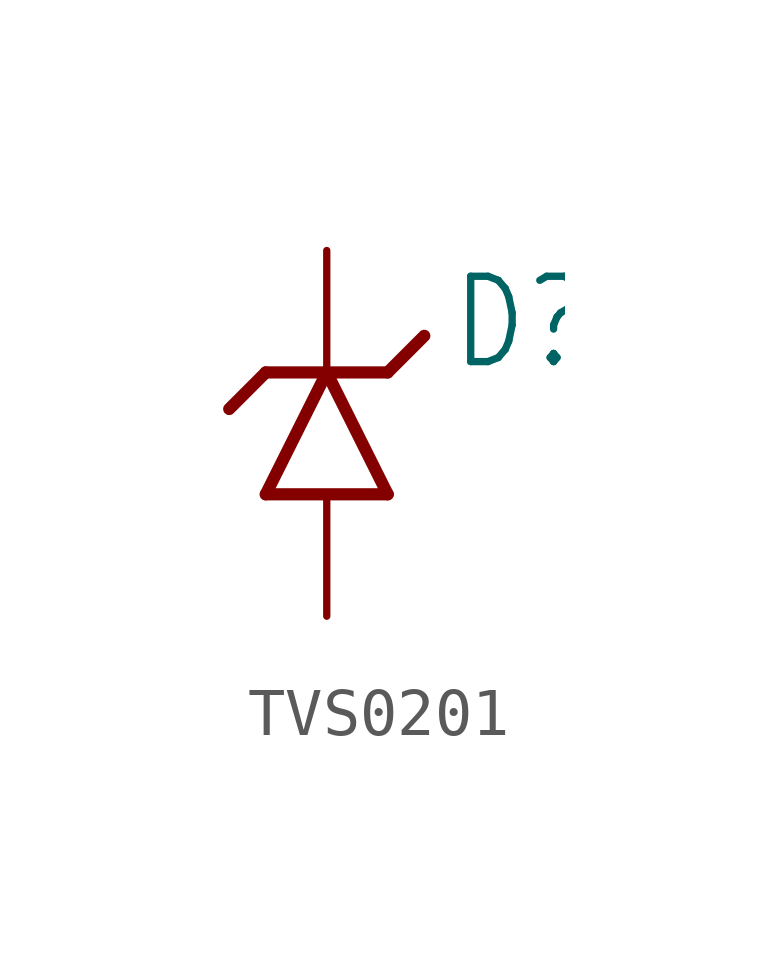
<source format=kicad_sym>
(kicad_symbol_lib
  (version 20220914)
  (generator kicad_symbol_editor)
  (symbol "TVS0201"
    (property "Reference" "D"
      (at 2.54 0 0)
      (effects (font (size 1.778 1.511)) (justify left bottom)))
    (property "Value" ""
      (at 2.54 -2.54 0)
      (effects (font (size 1.778 1.511)) (justify left bottom)))
    (property "ki_locked" ""
      (at 0 0 0)
      (effects (font (size 1.27 1.27))))
    (symbol "TVS0201_1_0"
      (polyline (pts (xy -1.27 -2.54) (xy 1.27 -2.54)) (stroke (width 0.254) (type solid)) (fill (type none)))
      (polyline (pts (xy -1.27 0) (xy -2.032 -0.762)) (stroke (width 0.254) (type solid)) (fill (type none)))
      (polyline (pts (xy 0 0) (xy -1.27 -2.54)) (stroke (width 0.254) (type solid)) (fill (type none)))
      (polyline (pts (xy 0 0) (xy -1.27 0)) (stroke (width 0.254) (type solid)) (fill (type none)))
      (polyline (pts (xy 1.27 -2.54) (xy 0 0)) (stroke (width 0.254) (type solid)) (fill (type none)))
      (polyline (pts (xy 1.27 0) (xy 0 0)) (stroke (width 0.254) (type solid)) (fill (type none)))
      (polyline (pts (xy 2.032 0.762) (xy 1.27 0)) (stroke (width 0.254) (type solid)) (fill (type none)))
      (pin passive line (at 0 -5.08 90) (length 2.54) (name "A" (effects (font (size 0 0)))) (number "1" (effects (font (size 0 0)))))
      (pin passive line (at 0 2.54 270) (length 2.54) (name "C" (effects (font (size 0 0)))) (number "2" (effects (font (size 0 0))))))))
</source>
